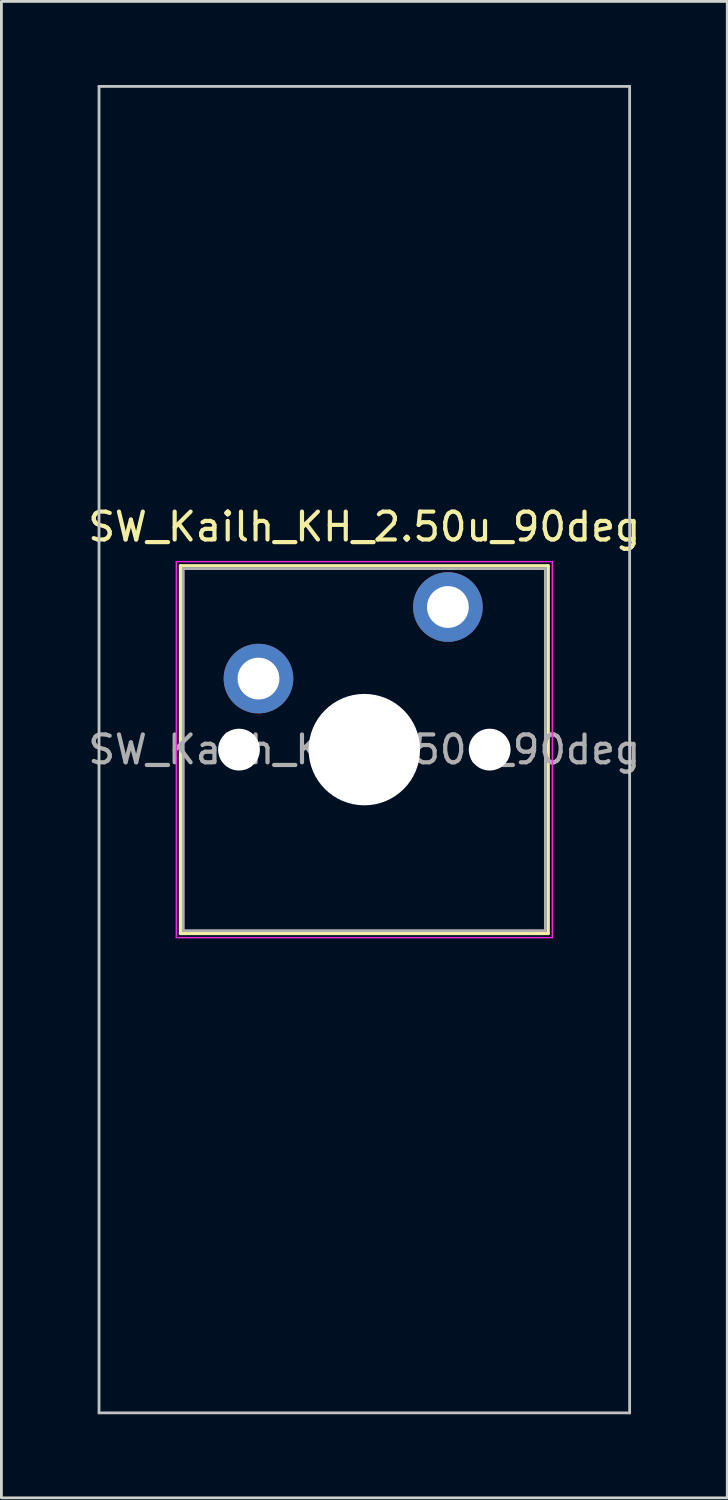
<source format=kicad_pcb>
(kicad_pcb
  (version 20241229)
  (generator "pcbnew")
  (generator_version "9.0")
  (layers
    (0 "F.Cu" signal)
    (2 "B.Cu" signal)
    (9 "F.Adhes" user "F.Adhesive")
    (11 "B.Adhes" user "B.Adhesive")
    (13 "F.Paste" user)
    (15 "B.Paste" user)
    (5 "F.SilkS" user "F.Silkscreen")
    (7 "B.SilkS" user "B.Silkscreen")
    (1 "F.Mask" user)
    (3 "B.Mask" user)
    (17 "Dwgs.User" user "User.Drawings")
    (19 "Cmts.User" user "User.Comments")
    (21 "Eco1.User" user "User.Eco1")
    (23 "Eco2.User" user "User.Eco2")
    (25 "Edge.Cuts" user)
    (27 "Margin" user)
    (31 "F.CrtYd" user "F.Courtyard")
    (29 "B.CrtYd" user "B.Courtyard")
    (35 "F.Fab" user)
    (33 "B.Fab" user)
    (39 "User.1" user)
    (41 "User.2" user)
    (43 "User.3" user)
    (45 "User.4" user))
  (footprint "SW_Kailh_KH_2.50u_90deg"
    (layer "F.Cu")
    (at 10.03 23.863)
    (property "Reference" "SW_Kailh_KH_2.50u_90deg" (at 0 -8 0) (layer "F.SilkS") (effects (font (size 1 1) (thickness 0.15))))
    (attr through_hole)
    (fp_line (start -6.6 -6.6) (end -6.6 6.6) (stroke (width 0.12) (type solid)) (layer "F.SilkS"))
    (fp_line (start -6.6 6.6) (end 6.6 6.6) (stroke (width 0.12) (type solid)) (layer "F.SilkS"))
    (fp_line (start 6.6 -6.6) (end -6.6 -6.6) (stroke (width 0.12) (type solid)) (layer "F.SilkS"))
    (fp_line (start 6.6 6.6) (end 6.6 -6.6) (stroke (width 0.12) (type solid)) (layer "F.SilkS"))
    (fp_line (start -9.525 -23.812) (end 9.525 -23.812) (stroke (width 0.1) (type solid)) (layer "Dwgs.User"))
    (fp_line (start -9.525 23.812) (end -9.525 -23.812) (stroke (width 0.1) (type solid)) (layer "Dwgs.User"))
    (fp_line (start 9.525 -23.812) (end 9.525 23.812) (stroke (width 0.1) (type solid)) (layer "Dwgs.User"))
    (fp_line (start 9.525 23.812) (end -9.525 23.812) (stroke (width 0.1) (type solid)) (layer "Dwgs.User"))
    (fp_line (start -6.1 -6.1) (end -6.1 6.1) (stroke (width 0.1) (type solid)) (layer "Eco1.User"))
    (fp_line (start -6.1 6.1) (end 6.1 6.1) (stroke (width 0.1) (type solid)) (layer "Eco1.User"))
    (fp_line (start 6.1 -6.1) (end -6.1 -6.1) (stroke (width 0.1) (type solid)) (layer "Eco1.User"))
    (fp_line (start 6.1 6.1) (end 6.1 -6.1) (stroke (width 0.1) (type solid)) (layer "Eco1.User"))
    (fp_line (start -6.75 -6.75) (end -6.75 6.75) (stroke (width 0.05) (type solid)) (layer "F.CrtYd"))
    (fp_line (start -6.75 6.75) (end 6.75 6.75) (stroke (width 0.05) (type solid)) (layer "F.CrtYd"))
    (fp_line (start 6.75 -6.75) (end -6.75 -6.75) (stroke (width 0.05) (type solid)) (layer "F.CrtYd"))
    (fp_line (start 6.75 6.75) (end 6.75 -6.75) (stroke (width 0.05) (type solid)) (layer "F.CrtYd"))
    (fp_line (start -6.5 -6.5) (end -6.5 6.5) (stroke (width 0.1) (type solid)) (layer "F.Fab"))
    (fp_line (start -6.5 6.5) (end 6.5 6.5) (stroke (width 0.1) (type solid)) (layer "F.Fab"))
    (fp_line (start 6.5 -6.5) (end -6.5 -6.5) (stroke (width 0.1) (type solid)) (layer "F.Fab"))
    (fp_line (start 6.5 6.5) (end 6.5 -6.5) (stroke (width 0.1) (type solid)) (layer "F.Fab"))
    (fp_text user "${REFERENCE}" (at 0 0 0) (layer "F.Fab") (effects (font (size 1 1) (thickness 0.15))))
    (pad "" np_thru_hole circle (at -4.5 0) (size 1.5 1.5) (drill 1.5) (layers "*.Cu" "*.Mask"))
    (pad "" smd circle (at -3.8 -2.55) (size 1.55 1.55) (layers "F.Mask"))
    (pad "" np_thru_hole circle (at 0 0) (size 4 4) (drill 4) (layers "*.Cu" "*.Mask"))
    (pad "" smd circle (at 3 -5.12) (size 1.55 1.55) (layers "F.Mask"))
    (pad "" np_thru_hole circle (at 4.5 0) (size 1.5 1.5) (drill 1.5) (layers "*.Cu" "*.Mask"))
    (pad "1" thru_hole circle (at -3.8 -2.55) (size 2.5 2.5) (drill 1.5) (layers "*.Cu" "B.Mask"))
    (pad "2" thru_hole circle (at 3 -5.12) (size 2.5 2.5) (drill 1.5) (layers "*.Cu" "B.Mask")))
  (gr_rect
    (start -3 -3)
    (end 23.06 50.725)
    (stroke (width 0.1) (type default))
    (fill no)
    (layer "Edge.Cuts")))
</source>
